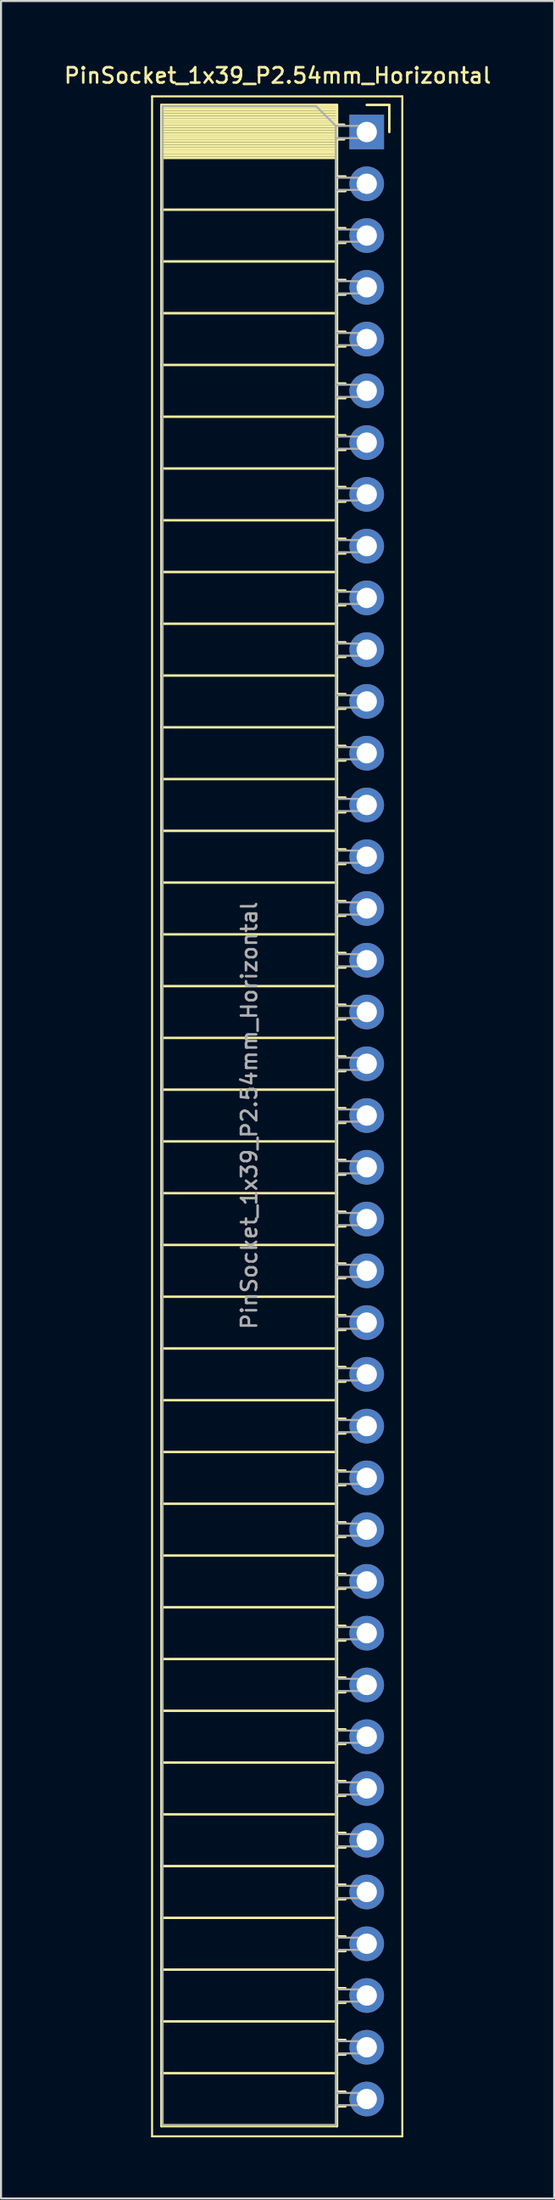
<source format=kicad_pcb>
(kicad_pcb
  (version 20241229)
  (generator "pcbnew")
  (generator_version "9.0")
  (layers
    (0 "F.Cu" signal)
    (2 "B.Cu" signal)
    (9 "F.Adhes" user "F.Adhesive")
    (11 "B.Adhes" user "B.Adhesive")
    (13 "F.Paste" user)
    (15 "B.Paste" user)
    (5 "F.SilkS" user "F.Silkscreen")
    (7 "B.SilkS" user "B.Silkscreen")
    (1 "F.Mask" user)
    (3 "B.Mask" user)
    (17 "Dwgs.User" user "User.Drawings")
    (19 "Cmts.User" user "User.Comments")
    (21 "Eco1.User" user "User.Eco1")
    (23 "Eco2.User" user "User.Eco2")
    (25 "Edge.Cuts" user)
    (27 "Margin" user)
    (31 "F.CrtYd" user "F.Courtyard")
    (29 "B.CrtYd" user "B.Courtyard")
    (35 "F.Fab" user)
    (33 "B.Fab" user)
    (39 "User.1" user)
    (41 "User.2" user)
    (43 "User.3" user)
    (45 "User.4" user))
  (footprint "PinSocket_1x39_P2.54mm_Horizontal"
    (layer "F.Cu")
    (at 14.975 3.428)
    (property "Reference" "PinSocket_1x39_P2.54mm_Horizontal" (at -4.38 -2.77 0) (layer "F.SilkS") (effects (font (size 0.75 0.75) (thickness 0.125))))
    (attr through_hole)
    (fp_line (start -10.55 -1.75) (end -10.55 98.35) (stroke (width 0.1) (type solid)) (layer "F.SilkS"))
    (fp_line (start -10.55 98.35) (end 1.75 98.35) (stroke (width 0.1) (type solid)) (layer "F.SilkS"))
    (fp_line (start -10.09 -1.33) (end -10.09 97.85) (stroke (width 0.12) (type solid)) (layer "F.SilkS"))
    (fp_line (start -10.09 -1.33) (end -1.46 -1.33) (stroke (width 0.12) (type solid)) (layer "F.SilkS"))
    (fp_line (start -10.09 -1.21) (end -1.46 -1.21) (stroke (width 0.12) (type solid)) (layer "F.SilkS"))
    (fp_line (start -10.09 -1.092) (end -1.46 -1.092) (stroke (width 0.12) (type solid)) (layer "F.SilkS"))
    (fp_line (start -10.09 -0.974) (end -1.46 -0.974) (stroke (width 0.12) (type solid)) (layer "F.SilkS"))
    (fp_line (start -10.09 -0.856) (end -1.46 -0.856) (stroke (width 0.12) (type solid)) (layer "F.SilkS"))
    (fp_line (start -10.09 -0.738) (end -1.46 -0.738) (stroke (width 0.12) (type solid)) (layer "F.SilkS"))
    (fp_line (start -10.09 -0.62) (end -1.46 -0.62) (stroke (width 0.12) (type solid)) (layer "F.SilkS"))
    (fp_line (start -10.09 -0.501) (end -1.46 -0.501) (stroke (width 0.12) (type solid)) (layer "F.SilkS"))
    (fp_line (start -10.09 -0.383) (end -1.46 -0.383) (stroke (width 0.12) (type solid)) (layer "F.SilkS"))
    (fp_line (start -10.09 -0.265) (end -1.46 -0.265) (stroke (width 0.12) (type solid)) (layer "F.SilkS"))
    (fp_line (start -10.09 -0.147) (end -1.46 -0.147) (stroke (width 0.12) (type solid)) (layer "F.SilkS"))
    (fp_line (start -10.09 -0.029) (end -1.46 -0.029) (stroke (width 0.12) (type solid)) (layer "F.SilkS"))
    (fp_line (start -10.09 0.089) (end -1.46 0.089) (stroke (width 0.12) (type solid)) (layer "F.SilkS"))
    (fp_line (start -10.09 0.207) (end -1.46 0.207) (stroke (width 0.12) (type solid)) (layer "F.SilkS"))
    (fp_line (start -10.09 0.325) (end -1.46 0.325) (stroke (width 0.12) (type solid)) (layer "F.SilkS"))
    (fp_line (start -10.09 0.443) (end -1.46 0.443) (stroke (width 0.12) (type solid)) (layer "F.SilkS"))
    (fp_line (start -10.09 0.561) (end -1.46 0.561) (stroke (width 0.12) (type solid)) (layer "F.SilkS"))
    (fp_line (start -10.09 0.68) (end -1.46 0.68) (stroke (width 0.12) (type solid)) (layer "F.SilkS"))
    (fp_line (start -10.09 0.798) (end -1.46 0.798) (stroke (width 0.12) (type solid)) (layer "F.SilkS"))
    (fp_line (start -10.09 0.916) (end -1.46 0.916) (stroke (width 0.12) (type solid)) (layer "F.SilkS"))
    (fp_line (start -10.09 1.034) (end -1.46 1.034) (stroke (width 0.12) (type solid)) (layer "F.SilkS"))
    (fp_line (start -10.09 1.152) (end -1.46 1.152) (stroke (width 0.12) (type solid)) (layer "F.SilkS"))
    (fp_line (start -10.09 1.27) (end -1.46 1.27) (stroke (width 0.12) (type solid)) (layer "F.SilkS"))
    (fp_line (start -10.09 3.81) (end -1.46 3.81) (stroke (width 0.12) (type solid)) (layer "F.SilkS"))
    (fp_line (start -10.09 6.35) (end -1.46 6.35) (stroke (width 0.12) (type solid)) (layer "F.SilkS"))
    (fp_line (start -10.09 8.89) (end -1.46 8.89) (stroke (width 0.12) (type solid)) (layer "F.SilkS"))
    (fp_line (start -10.09 11.43) (end -1.46 11.43) (stroke (width 0.12) (type solid)) (layer "F.SilkS"))
    (fp_line (start -10.09 13.97) (end -1.46 13.97) (stroke (width 0.12) (type solid)) (layer "F.SilkS"))
    (fp_line (start -10.09 16.51) (end -1.46 16.51) (stroke (width 0.12) (type solid)) (layer "F.SilkS"))
    (fp_line (start -10.09 19.05) (end -1.46 19.05) (stroke (width 0.12) (type solid)) (layer "F.SilkS"))
    (fp_line (start -10.09 21.59) (end -1.46 21.59) (stroke (width 0.12) (type solid)) (layer "F.SilkS"))
    (fp_line (start -10.09 24.13) (end -1.46 24.13) (stroke (width 0.12) (type solid)) (layer "F.SilkS"))
    (fp_line (start -10.09 26.67) (end -1.46 26.67) (stroke (width 0.12) (type solid)) (layer "F.SilkS"))
    (fp_line (start -10.09 29.21) (end -1.46 29.21) (stroke (width 0.12) (type solid)) (layer "F.SilkS"))
    (fp_line (start -10.09 31.75) (end -1.46 31.75) (stroke (width 0.12) (type solid)) (layer "F.SilkS"))
    (fp_line (start -10.09 34.29) (end -1.46 34.29) (stroke (width 0.12) (type solid)) (layer "F.SilkS"))
    (fp_line (start -10.09 36.83) (end -1.46 36.83) (stroke (width 0.12) (type solid)) (layer "F.SilkS"))
    (fp_line (start -10.09 39.37) (end -1.46 39.37) (stroke (width 0.12) (type solid)) (layer "F.SilkS"))
    (fp_line (start -10.09 41.91) (end -1.46 41.91) (stroke (width 0.12) (type solid)) (layer "F.SilkS"))
    (fp_line (start -10.09 44.45) (end -1.46 44.45) (stroke (width 0.12) (type solid)) (layer "F.SilkS"))
    (fp_line (start -10.09 46.99) (end -1.46 46.99) (stroke (width 0.12) (type solid)) (layer "F.SilkS"))
    (fp_line (start -10.09 49.53) (end -1.46 49.53) (stroke (width 0.12) (type solid)) (layer "F.SilkS"))
    (fp_line (start -10.09 52.07) (end -1.46 52.07) (stroke (width 0.12) (type solid)) (layer "F.SilkS"))
    (fp_line (start -10.09 54.61) (end -1.46 54.61) (stroke (width 0.12) (type solid)) (layer "F.SilkS"))
    (fp_line (start -10.09 57.15) (end -1.46 57.15) (stroke (width 0.12) (type solid)) (layer "F.SilkS"))
    (fp_line (start -10.09 59.69) (end -1.46 59.69) (stroke (width 0.12) (type solid)) (layer "F.SilkS"))
    (fp_line (start -10.09 62.23) (end -1.46 62.23) (stroke (width 0.12) (type solid)) (layer "F.SilkS"))
    (fp_line (start -10.09 64.77) (end -1.46 64.77) (stroke (width 0.12) (type solid)) (layer "F.SilkS"))
    (fp_line (start -10.09 67.31) (end -1.46 67.31) (stroke (width 0.12) (type solid)) (layer "F.SilkS"))
    (fp_line (start -10.09 69.85) (end -1.46 69.85) (stroke (width 0.12) (type solid)) (layer "F.SilkS"))
    (fp_line (start -10.09 72.39) (end -1.46 72.39) (stroke (width 0.12) (type solid)) (layer "F.SilkS"))
    (fp_line (start -10.09 74.93) (end -1.46 74.93) (stroke (width 0.12) (type solid)) (layer "F.SilkS"))
    (fp_line (start -10.09 77.47) (end -1.46 77.47) (stroke (width 0.12) (type solid)) (layer "F.SilkS"))
    (fp_line (start -10.09 80.01) (end -1.46 80.01) (stroke (width 0.12) (type solid)) (layer "F.SilkS"))
    (fp_line (start -10.09 82.55) (end -1.46 82.55) (stroke (width 0.12) (type solid)) (layer "F.SilkS"))
    (fp_line (start -10.09 85.09) (end -1.46 85.09) (stroke (width 0.12) (type solid)) (layer "F.SilkS"))
    (fp_line (start -10.09 87.63) (end -1.46 87.63) (stroke (width 0.12) (type solid)) (layer "F.SilkS"))
    (fp_line (start -10.09 90.17) (end -1.46 90.17) (stroke (width 0.12) (type solid)) (layer "F.SilkS"))
    (fp_line (start -10.09 92.71) (end -1.46 92.71) (stroke (width 0.12) (type solid)) (layer "F.SilkS"))
    (fp_line (start -10.09 95.25) (end -1.46 95.25) (stroke (width 0.12) (type solid)) (layer "F.SilkS"))
    (fp_line (start -10.09 97.85) (end -1.46 97.85) (stroke (width 0.12) (type solid)) (layer "F.SilkS"))
    (fp_line (start -1.46 -1.33) (end -1.46 97.85) (stroke (width 0.12) (type solid)) (layer "F.SilkS"))
    (fp_line (start -1.46 -0.36) (end -1.11 -0.36) (stroke (width 0.12) (type solid)) (layer "F.SilkS"))
    (fp_line (start -1.46 0.36) (end -1.11 0.36) (stroke (width 0.12) (type solid)) (layer "F.SilkS"))
    (fp_line (start -1.46 2.18) (end -1.05 2.18) (stroke (width 0.12) (type solid)) (layer "F.SilkS"))
    (fp_line (start -1.46 2.9) (end -1.05 2.9) (stroke (width 0.12) (type solid)) (layer "F.SilkS"))
    (fp_line (start -1.46 4.72) (end -1.05 4.72) (stroke (width 0.12) (type solid)) (layer "F.SilkS"))
    (fp_line (start -1.46 5.44) (end -1.05 5.44) (stroke (width 0.12) (type solid)) (layer "F.SilkS"))
    (fp_line (start -1.46 7.26) (end -1.05 7.26) (stroke (width 0.12) (type solid)) (layer "F.SilkS"))
    (fp_line (start -1.46 7.98) (end -1.05 7.98) (stroke (width 0.12) (type solid)) (layer "F.SilkS"))
    (fp_line (start -1.46 9.8) (end -1.05 9.8) (stroke (width 0.12) (type solid)) (layer "F.SilkS"))
    (fp_line (start -1.46 10.52) (end -1.05 10.52) (stroke (width 0.12) (type solid)) (layer "F.SilkS"))
    (fp_line (start -1.46 12.34) (end -1.05 12.34) (stroke (width 0.12) (type solid)) (layer "F.SilkS"))
    (fp_line (start -1.46 13.06) (end -1.05 13.06) (stroke (width 0.12) (type solid)) (layer "F.SilkS"))
    (fp_line (start -1.46 14.88) (end -1.05 14.88) (stroke (width 0.12) (type solid)) (layer "F.SilkS"))
    (fp_line (start -1.46 15.6) (end -1.05 15.6) (stroke (width 0.12) (type solid)) (layer "F.SilkS"))
    (fp_line (start -1.46 17.42) (end -1.05 17.42) (stroke (width 0.12) (type solid)) (layer "F.SilkS"))
    (fp_line (start -1.46 18.14) (end -1.05 18.14) (stroke (width 0.12) (type solid)) (layer "F.SilkS"))
    (fp_line (start -1.46 19.96) (end -1.05 19.96) (stroke (width 0.12) (type solid)) (layer "F.SilkS"))
    (fp_line (start -1.46 20.68) (end -1.05 20.68) (stroke (width 0.12) (type solid)) (layer "F.SilkS"))
    (fp_line (start -1.46 22.5) (end -1.05 22.5) (stroke (width 0.12) (type solid)) (layer "F.SilkS"))
    (fp_line (start -1.46 23.22) (end -1.05 23.22) (stroke (width 0.12) (type solid)) (layer "F.SilkS"))
    (fp_line (start -1.46 25.04) (end -1.05 25.04) (stroke (width 0.12) (type solid)) (layer "F.SilkS"))
    (fp_line (start -1.46 25.76) (end -1.05 25.76) (stroke (width 0.12) (type solid)) (layer "F.SilkS"))
    (fp_line (start -1.46 27.58) (end -1.05 27.58) (stroke (width 0.12) (type solid)) (layer "F.SilkS"))
    (fp_line (start -1.46 28.3) (end -1.05 28.3) (stroke (width 0.12) (type solid)) (layer "F.SilkS"))
    (fp_line (start -1.46 30.12) (end -1.05 30.12) (stroke (width 0.12) (type solid)) (layer "F.SilkS"))
    (fp_line (start -1.46 30.84) (end -1.05 30.84) (stroke (width 0.12) (type solid)) (layer "F.SilkS"))
    (fp_line (start -1.46 32.66) (end -1.05 32.66) (stroke (width 0.12) (type solid)) (layer "F.SilkS"))
    (fp_line (start -1.46 33.38) (end -1.05 33.38) (stroke (width 0.12) (type solid)) (layer "F.SilkS"))
    (fp_line (start -1.46 35.2) (end -1.05 35.2) (stroke (width 0.12) (type solid)) (layer "F.SilkS"))
    (fp_line (start -1.46 35.92) (end -1.05 35.92) (stroke (width 0.12) (type solid)) (layer "F.SilkS"))
    (fp_line (start -1.46 37.74) (end -1.05 37.74) (stroke (width 0.12) (type solid)) (layer "F.SilkS"))
    (fp_line (start -1.46 38.46) (end -1.05 38.46) (stroke (width 0.12) (type solid)) (layer "F.SilkS"))
    (fp_line (start -1.46 40.28) (end -1.05 40.28) (stroke (width 0.12) (type solid)) (layer "F.SilkS"))
    (fp_line (start -1.46 41) (end -1.05 41) (stroke (width 0.12) (type solid)) (layer "F.SilkS"))
    (fp_line (start -1.46 42.82) (end -1.05 42.82) (stroke (width 0.12) (type solid)) (layer "F.SilkS"))
    (fp_line (start -1.46 43.54) (end -1.05 43.54) (stroke (width 0.12) (type solid)) (layer "F.SilkS"))
    (fp_line (start -1.46 45.36) (end -1.05 45.36) (stroke (width 0.12) (type solid)) (layer "F.SilkS"))
    (fp_line (start -1.46 46.08) (end -1.05 46.08) (stroke (width 0.12) (type solid)) (layer "F.SilkS"))
    (fp_line (start -1.46 47.9) (end -1.05 47.9) (stroke (width 0.12) (type solid)) (layer "F.SilkS"))
    (fp_line (start -1.46 48.62) (end -1.05 48.62) (stroke (width 0.12) (type solid)) (layer "F.SilkS"))
    (fp_line (start -1.46 50.44) (end -1.05 50.44) (stroke (width 0.12) (type solid)) (layer "F.SilkS"))
    (fp_line (start -1.46 51.16) (end -1.05 51.16) (stroke (width 0.12) (type solid)) (layer "F.SilkS"))
    (fp_line (start -1.46 52.98) (end -1.05 52.98) (stroke (width 0.12) (type solid)) (layer "F.SilkS"))
    (fp_line (start -1.46 53.7) (end -1.05 53.7) (stroke (width 0.12) (type solid)) (layer "F.SilkS"))
    (fp_line (start -1.46 55.52) (end -1.05 55.52) (stroke (width 0.12) (type solid)) (layer "F.SilkS"))
    (fp_line (start -1.46 56.24) (end -1.05 56.24) (stroke (width 0.12) (type solid)) (layer "F.SilkS"))
    (fp_line (start -1.46 58.06) (end -1.05 58.06) (stroke (width 0.12) (type solid)) (layer "F.SilkS"))
    (fp_line (start -1.46 58.78) (end -1.05 58.78) (stroke (width 0.12) (type solid)) (layer "F.SilkS"))
    (fp_line (start -1.46 60.6) (end -1.05 60.6) (stroke (width 0.12) (type solid)) (layer "F.SilkS"))
    (fp_line (start -1.46 61.32) (end -1.05 61.32) (stroke (width 0.12) (type solid)) (layer "F.SilkS"))
    (fp_line (start -1.46 63.14) (end -1.05 63.14) (stroke (width 0.12) (type solid)) (layer "F.SilkS"))
    (fp_line (start -1.46 63.86) (end -1.05 63.86) (stroke (width 0.12) (type solid)) (layer "F.SilkS"))
    (fp_line (start -1.46 65.68) (end -1.05 65.68) (stroke (width 0.12) (type solid)) (layer "F.SilkS"))
    (fp_line (start -1.46 66.4) (end -1.05 66.4) (stroke (width 0.12) (type solid)) (layer "F.SilkS"))
    (fp_line (start -1.46 68.22) (end -1.05 68.22) (stroke (width 0.12) (type solid)) (layer "F.SilkS"))
    (fp_line (start -1.46 68.94) (end -1.05 68.94) (stroke (width 0.12) (type solid)) (layer "F.SilkS"))
    (fp_line (start -1.46 70.76) (end -1.05 70.76) (stroke (width 0.12) (type solid)) (layer "F.SilkS"))
    (fp_line (start -1.46 71.48) (end -1.05 71.48) (stroke (width 0.12) (type solid)) (layer "F.SilkS"))
    (fp_line (start -1.46 73.3) (end -1.05 73.3) (stroke (width 0.12) (type solid)) (layer "F.SilkS"))
    (fp_line (start -1.46 74.02) (end -1.05 74.02) (stroke (width 0.12) (type solid)) (layer "F.SilkS"))
    (fp_line (start -1.46 75.84) (end -1.05 75.84) (stroke (width 0.12) (type solid)) (layer "F.SilkS"))
    (fp_line (start -1.46 76.56) (end -1.05 76.56) (stroke (width 0.12) (type solid)) (layer "F.SilkS"))
    (fp_line (start -1.46 78.38) (end -1.05 78.38) (stroke (width 0.12) (type solid)) (layer "F.SilkS"))
    (fp_line (start -1.46 79.1) (end -1.05 79.1) (stroke (width 0.12) (type solid)) (layer "F.SilkS"))
    (fp_line (start -1.46 80.92) (end -1.05 80.92) (stroke (width 0.12) (type solid)) (layer "F.SilkS"))
    (fp_line (start -1.46 81.64) (end -1.05 81.64) (stroke (width 0.12) (type solid)) (layer "F.SilkS"))
    (fp_line (start -1.46 83.46) (end -1.05 83.46) (stroke (width 0.12) (type solid)) (layer "F.SilkS"))
    (fp_line (start -1.46 84.18) (end -1.05 84.18) (stroke (width 0.12) (type solid)) (layer "F.SilkS"))
    (fp_line (start -1.46 86) (end -1.05 86) (stroke (width 0.12) (type solid)) (layer "F.SilkS"))
    (fp_line (start -1.46 86.72) (end -1.05 86.72) (stroke (width 0.12) (type solid)) (layer "F.SilkS"))
    (fp_line (start -1.46 88.54) (end -1.05 88.54) (stroke (width 0.12) (type solid)) (layer "F.SilkS"))
    (fp_line (start -1.46 89.26) (end -1.05 89.26) (stroke (width 0.12) (type solid)) (layer "F.SilkS"))
    (fp_line (start -1.46 91.08) (end -1.05 91.08) (stroke (width 0.12) (type solid)) (layer "F.SilkS"))
    (fp_line (start -1.46 91.8) (end -1.05 91.8) (stroke (width 0.12) (type solid)) (layer "F.SilkS"))
    (fp_line (start -1.46 93.62) (end -1.05 93.62) (stroke (width 0.12) (type solid)) (layer "F.SilkS"))
    (fp_line (start -1.46 94.34) (end -1.05 94.34) (stroke (width 0.12) (type solid)) (layer "F.SilkS"))
    (fp_line (start -1.46 96.16) (end -1.05 96.16) (stroke (width 0.12) (type solid)) (layer "F.SilkS"))
    (fp_line (start -1.46 96.88) (end -1.05 96.88) (stroke (width 0.12) (type solid)) (layer "F.SilkS"))
    (fp_line (start 0 -1.33) (end 1.11 -1.33) (stroke (width 0.12) (type solid)) (layer "F.SilkS"))
    (fp_line (start 1.11 -1.33) (end 1.11 0) (stroke (width 0.12) (type solid)) (layer "F.SilkS"))
    (fp_line (start 1.75 -1.75) (end -10.55 -1.75) (stroke (width 0.1) (type solid)) (layer "F.SilkS"))
    (fp_line (start 1.75 98.35) (end 1.75 -1.75) (stroke (width 0.1) (type solid)) (layer "F.SilkS"))
    (fp_line (start -10.03 -1.27) (end -2.49 -1.27) (stroke (width 0.1) (type solid)) (layer "F.Fab"))
    (fp_line (start -10.03 97.79) (end -10.03 -1.27) (stroke (width 0.1) (type solid)) (layer "F.Fab"))
    (fp_line (start -2.49 -1.27) (end -1.52 -0.3) (stroke (width 0.1) (type solid)) (layer "F.Fab"))
    (fp_line (start -1.52 -0.3) (end -1.52 97.79) (stroke (width 0.1) (type solid)) (layer "F.Fab"))
    (fp_line (start -1.52 0.3) (end 0 0.3) (stroke (width 0.1) (type solid)) (layer "F.Fab"))
    (fp_line (start -1.52 2.84) (end 0 2.84) (stroke (width 0.1) (type solid)) (layer "F.Fab"))
    (fp_line (start -1.52 5.38) (end 0 5.38) (stroke (width 0.1) (type solid)) (layer "F.Fab"))
    (fp_line (start -1.52 7.92) (end 0 7.92) (stroke (width 0.1) (type solid)) (layer "F.Fab"))
    (fp_line (start -1.52 10.46) (end 0 10.46) (stroke (width 0.1) (type solid)) (layer "F.Fab"))
    (fp_line (start -1.52 13) (end 0 13) (stroke (width 0.1) (type solid)) (layer "F.Fab"))
    (fp_line (start -1.52 15.54) (end 0 15.54) (stroke (width 0.1) (type solid)) (layer "F.Fab"))
    (fp_line (start -1.52 18.08) (end 0 18.08) (stroke (width 0.1) (type solid)) (layer "F.Fab"))
    (fp_line (start -1.52 20.62) (end 0 20.62) (stroke (width 0.1) (type solid)) (layer "F.Fab"))
    (fp_line (start -1.52 23.16) (end 0 23.16) (stroke (width 0.1) (type solid)) (layer "F.Fab"))
    (fp_line (start -1.52 25.7) (end 0 25.7) (stroke (width 0.1) (type solid)) (layer "F.Fab"))
    (fp_line (start -1.52 28.24) (end 0 28.24) (stroke (width 0.1) (type solid)) (layer "F.Fab"))
    (fp_line (start -1.52 30.78) (end 0 30.78) (stroke (width 0.1) (type solid)) (layer "F.Fab"))
    (fp_line (start -1.52 33.32) (end 0 33.32) (stroke (width 0.1) (type solid)) (layer "F.Fab"))
    (fp_line (start -1.52 35.86) (end 0 35.86) (stroke (width 0.1) (type solid)) (layer "F.Fab"))
    (fp_line (start -1.52 38.4) (end 0 38.4) (stroke (width 0.1) (type solid)) (layer "F.Fab"))
    (fp_line (start -1.52 40.94) (end 0 40.94) (stroke (width 0.1) (type solid)) (layer "F.Fab"))
    (fp_line (start -1.52 43.48) (end 0 43.48) (stroke (width 0.1) (type solid)) (layer "F.Fab"))
    (fp_line (start -1.52 46.02) (end 0 46.02) (stroke (width 0.1) (type solid)) (layer "F.Fab"))
    (fp_line (start -1.52 48.56) (end 0 48.56) (stroke (width 0.1) (type solid)) (layer "F.Fab"))
    (fp_line (start -1.52 51.1) (end 0 51.1) (stroke (width 0.1) (type solid)) (layer "F.Fab"))
    (fp_line (start -1.52 53.64) (end 0 53.64) (stroke (width 0.1) (type solid)) (layer "F.Fab"))
    (fp_line (start -1.52 56.18) (end 0 56.18) (stroke (width 0.1) (type solid)) (layer "F.Fab"))
    (fp_line (start -1.52 58.72) (end 0 58.72) (stroke (width 0.1) (type solid)) (layer "F.Fab"))
    (fp_line (start -1.52 61.26) (end 0 61.26) (stroke (width 0.1) (type solid)) (layer "F.Fab"))
    (fp_line (start -1.52 63.8) (end 0 63.8) (stroke (width 0.1) (type solid)) (layer "F.Fab"))
    (fp_line (start -1.52 66.34) (end 0 66.34) (stroke (width 0.1) (type solid)) (layer "F.Fab"))
    (fp_line (start -1.52 68.88) (end 0 68.88) (stroke (width 0.1) (type solid)) (layer "F.Fab"))
    (fp_line (start -1.52 71.42) (end 0 71.42) (stroke (width 0.1) (type solid)) (layer "F.Fab"))
    (fp_line (start -1.52 73.96) (end 0 73.96) (stroke (width 0.1) (type solid)) (layer "F.Fab"))
    (fp_line (start -1.52 76.5) (end 0 76.5) (stroke (width 0.1) (type solid)) (layer "F.Fab"))
    (fp_line (start -1.52 79.04) (end 0 79.04) (stroke (width 0.1) (type solid)) (layer "F.Fab"))
    (fp_line (start -1.52 81.58) (end 0 81.58) (stroke (width 0.1) (type solid)) (layer "F.Fab"))
    (fp_line (start -1.52 84.12) (end 0 84.12) (stroke (width 0.1) (type solid)) (layer "F.Fab"))
    (fp_line (start -1.52 86.66) (end 0 86.66) (stroke (width 0.1) (type solid)) (layer "F.Fab"))
    (fp_line (start -1.52 89.2) (end 0 89.2) (stroke (width 0.1) (type solid)) (layer "F.Fab"))
    (fp_line (start -1.52 91.74) (end 0 91.74) (stroke (width 0.1) (type solid)) (layer "F.Fab"))
    (fp_line (start -1.52 94.28) (end 0 94.28) (stroke (width 0.1) (type solid)) (layer "F.Fab"))
    (fp_line (start -1.52 96.82) (end 0 96.82) (stroke (width 0.1) (type solid)) (layer "F.Fab"))
    (fp_line (start -1.52 97.79) (end -10.03 97.79) (stroke (width 0.1) (type solid)) (layer "F.Fab"))
    (fp_line (start 0 -0.3) (end -1.52 -0.3) (stroke (width 0.1) (type solid)) (layer "F.Fab"))
    (fp_line (start 0 0.3) (end 0 -0.3) (stroke (width 0.1) (type solid)) (layer "F.Fab"))
    (fp_line (start 0 2.24) (end -1.52 2.24) (stroke (width 0.1) (type solid)) (layer "F.Fab"))
    (fp_line (start 0 2.84) (end 0 2.24) (stroke (width 0.1) (type solid)) (layer "F.Fab"))
    (fp_line (start 0 4.78) (end -1.52 4.78) (stroke (width 0.1) (type solid)) (layer "F.Fab"))
    (fp_line (start 0 5.38) (end 0 4.78) (stroke (width 0.1) (type solid)) (layer "F.Fab"))
    (fp_line (start 0 7.32) (end -1.52 7.32) (stroke (width 0.1) (type solid)) (layer "F.Fab"))
    (fp_line (start 0 7.92) (end 0 7.32) (stroke (width 0.1) (type solid)) (layer "F.Fab"))
    (fp_line (start 0 9.86) (end -1.52 9.86) (stroke (width 0.1) (type solid)) (layer "F.Fab"))
    (fp_line (start 0 10.46) (end 0 9.86) (stroke (width 0.1) (type solid)) (layer "F.Fab"))
    (fp_line (start 0 12.4) (end -1.52 12.4) (stroke (width 0.1) (type solid)) (layer "F.Fab"))
    (fp_line (start 0 13) (end 0 12.4) (stroke (width 0.1) (type solid)) (layer "F.Fab"))
    (fp_line (start 0 14.94) (end -1.52 14.94) (stroke (width 0.1) (type solid)) (layer "F.Fab"))
    (fp_line (start 0 15.54) (end 0 14.94) (stroke (width 0.1) (type solid)) (layer "F.Fab"))
    (fp_line (start 0 17.48) (end -1.52 17.48) (stroke (width 0.1) (type solid)) (layer "F.Fab"))
    (fp_line (start 0 18.08) (end 0 17.48) (stroke (width 0.1) (type solid)) (layer "F.Fab"))
    (fp_line (start 0 20.02) (end -1.52 20.02) (stroke (width 0.1) (type solid)) (layer "F.Fab"))
    (fp_line (start 0 20.62) (end 0 20.02) (stroke (width 0.1) (type solid)) (layer "F.Fab"))
    (fp_line (start 0 22.56) (end -1.52 22.56) (stroke (width 0.1) (type solid)) (layer "F.Fab"))
    (fp_line (start 0 23.16) (end 0 22.56) (stroke (width 0.1) (type solid)) (layer "F.Fab"))
    (fp_line (start 0 25.1) (end -1.52 25.1) (stroke (width 0.1) (type solid)) (layer "F.Fab"))
    (fp_line (start 0 25.7) (end 0 25.1) (stroke (width 0.1) (type solid)) (layer "F.Fab"))
    (fp_line (start 0 27.64) (end -1.52 27.64) (stroke (width 0.1) (type solid)) (layer "F.Fab"))
    (fp_line (start 0 28.24) (end 0 27.64) (stroke (width 0.1) (type solid)) (layer "F.Fab"))
    (fp_line (start 0 30.18) (end -1.52 30.18) (stroke (width 0.1) (type solid)) (layer "F.Fab"))
    (fp_line (start 0 30.78) (end 0 30.18) (stroke (width 0.1) (type solid)) (layer "F.Fab"))
    (fp_line (start 0 32.72) (end -1.52 32.72) (stroke (width 0.1) (type solid)) (layer "F.Fab"))
    (fp_line (start 0 33.32) (end 0 32.72) (stroke (width 0.1) (type solid)) (layer "F.Fab"))
    (fp_line (start 0 35.26) (end -1.52 35.26) (stroke (width 0.1) (type solid)) (layer "F.Fab"))
    (fp_line (start 0 35.86) (end 0 35.26) (stroke (width 0.1) (type solid)) (layer "F.Fab"))
    (fp_line (start 0 37.8) (end -1.52 37.8) (stroke (width 0.1) (type solid)) (layer "F.Fab"))
    (fp_line (start 0 38.4) (end 0 37.8) (stroke (width 0.1) (type solid)) (layer "F.Fab"))
    (fp_line (start 0 40.34) (end -1.52 40.34) (stroke (width 0.1) (type solid)) (layer "F.Fab"))
    (fp_line (start 0 40.94) (end 0 40.34) (stroke (width 0.1) (type solid)) (layer "F.Fab"))
    (fp_line (start 0 42.88) (end -1.52 42.88) (stroke (width 0.1) (type solid)) (layer "F.Fab"))
    (fp_line (start 0 43.48) (end 0 42.88) (stroke (width 0.1) (type solid)) (layer "F.Fab"))
    (fp_line (start 0 45.42) (end -1.52 45.42) (stroke (width 0.1) (type solid)) (layer "F.Fab"))
    (fp_line (start 0 46.02) (end 0 45.42) (stroke (width 0.1) (type solid)) (layer "F.Fab"))
    (fp_line (start 0 47.96) (end -1.52 47.96) (stroke (width 0.1) (type solid)) (layer "F.Fab"))
    (fp_line (start 0 48.56) (end 0 47.96) (stroke (width 0.1) (type solid)) (layer "F.Fab"))
    (fp_line (start 0 50.5) (end -1.52 50.5) (stroke (width 0.1) (type solid)) (layer "F.Fab"))
    (fp_line (start 0 51.1) (end 0 50.5) (stroke (width 0.1) (type solid)) (layer "F.Fab"))
    (fp_line (start 0 53.04) (end -1.52 53.04) (stroke (width 0.1) (type solid)) (layer "F.Fab"))
    (fp_line (start 0 53.64) (end 0 53.04) (stroke (width 0.1) (type solid)) (layer "F.Fab"))
    (fp_line (start 0 55.58) (end -1.52 55.58) (stroke (width 0.1) (type solid)) (layer "F.Fab"))
    (fp_line (start 0 56.18) (end 0 55.58) (stroke (width 0.1) (type solid)) (layer "F.Fab"))
    (fp_line (start 0 58.12) (end -1.52 58.12) (stroke (width 0.1) (type solid)) (layer "F.Fab"))
    (fp_line (start 0 58.72) (end 0 58.12) (stroke (width 0.1) (type solid)) (layer "F.Fab"))
    (fp_line (start 0 60.66) (end -1.52 60.66) (stroke (width 0.1) (type solid)) (layer "F.Fab"))
    (fp_line (start 0 61.26) (end 0 60.66) (stroke (width 0.1) (type solid)) (layer "F.Fab"))
    (fp_line (start 0 63.2) (end -1.52 63.2) (stroke (width 0.1) (type solid)) (layer "F.Fab"))
    (fp_line (start 0 63.8) (end 0 63.2) (stroke (width 0.1) (type solid)) (layer "F.Fab"))
    (fp_line (start 0 65.74) (end -1.52 65.74) (stroke (width 0.1) (type solid)) (layer "F.Fab"))
    (fp_line (start 0 66.34) (end 0 65.74) (stroke (width 0.1) (type solid)) (layer "F.Fab"))
    (fp_line (start 0 68.28) (end -1.52 68.28) (stroke (width 0.1) (type solid)) (layer "F.Fab"))
    (fp_line (start 0 68.88) (end 0 68.28) (stroke (width 0.1) (type solid)) (layer "F.Fab"))
    (fp_line (start 0 70.82) (end -1.52 70.82) (stroke (width 0.1) (type solid)) (layer "F.Fab"))
    (fp_line (start 0 71.42) (end 0 70.82) (stroke (width 0.1) (type solid)) (layer "F.Fab"))
    (fp_line (start 0 73.36) (end -1.52 73.36) (stroke (width 0.1) (type solid)) (layer "F.Fab"))
    (fp_line (start 0 73.96) (end 0 73.36) (stroke (width 0.1) (type solid)) (layer "F.Fab"))
    (fp_line (start 0 75.9) (end -1.52 75.9) (stroke (width 0.1) (type solid)) (layer "F.Fab"))
    (fp_line (start 0 76.5) (end 0 75.9) (stroke (width 0.1) (type solid)) (layer "F.Fab"))
    (fp_line (start 0 78.44) (end -1.52 78.44) (stroke (width 0.1) (type solid)) (layer "F.Fab"))
    (fp_line (start 0 79.04) (end 0 78.44) (stroke (width 0.1) (type solid)) (layer "F.Fab"))
    (fp_line (start 0 80.98) (end -1.52 80.98) (stroke (width 0.1) (type solid)) (layer "F.Fab"))
    (fp_line (start 0 81.58) (end 0 80.98) (stroke (width 0.1) (type solid)) (layer "F.Fab"))
    (fp_line (start 0 83.52) (end -1.52 83.52) (stroke (width 0.1) (type solid)) (layer "F.Fab"))
    (fp_line (start 0 84.12) (end 0 83.52) (stroke (width 0.1) (type solid)) (layer "F.Fab"))
    (fp_line (start 0 86.06) (end -1.52 86.06) (stroke (width 0.1) (type solid)) (layer "F.Fab"))
    (fp_line (start 0 86.66) (end 0 86.06) (stroke (width 0.1) (type solid)) (layer "F.Fab"))
    (fp_line (start 0 88.6) (end -1.52 88.6) (stroke (width 0.1) (type solid)) (layer "F.Fab"))
    (fp_line (start 0 89.2) (end 0 88.6) (stroke (width 0.1) (type solid)) (layer "F.Fab"))
    (fp_line (start 0 91.14) (end -1.52 91.14) (stroke (width 0.1) (type solid)) (layer "F.Fab"))
    (fp_line (start 0 91.74) (end 0 91.14) (stroke (width 0.1) (type solid)) (layer "F.Fab"))
    (fp_line (start 0 93.68) (end -1.52 93.68) (stroke (width 0.1) (type solid)) (layer "F.Fab"))
    (fp_line (start 0 94.28) (end 0 93.68) (stroke (width 0.1) (type solid)) (layer "F.Fab"))
    (fp_line (start 0 96.22) (end -1.52 96.22) (stroke (width 0.1) (type solid)) (layer "F.Fab"))
    (fp_line (start 0 96.82) (end 0 96.22) (stroke (width 0.1) (type solid)) (layer "F.Fab"))
    (fp_text user "${REFERENCE}" (at -5.775 48.26 90) (layer "F.Fab") (effects (font (size 0.75 0.75) (thickness 0.125))))
    (pad "1" thru_hole rect (at 0 0) (size 1.7 1.7) (drill 1) (layers "*.Cu" "*.Mask"))
    (pad "2" thru_hole oval (at 0 2.54) (size 1.7 1.7) (drill 1) (layers "*.Cu" "*.Mask"))
    (pad "3" thru_hole oval (at 0 5.08) (size 1.7 1.7) (drill 1) (layers "*.Cu" "*.Mask"))
    (pad "4" thru_hole oval (at 0 7.62) (size 1.7 1.7) (drill 1) (layers "*.Cu" "*.Mask"))
    (pad "5" thru_hole oval (at 0 10.16) (size 1.7 1.7) (drill 1) (layers "*.Cu" "*.Mask"))
    (pad "6" thru_hole oval (at 0 12.7) (size 1.7 1.7) (drill 1) (layers "*.Cu" "*.Mask"))
    (pad "7" thru_hole oval (at 0 15.24) (size 1.7 1.7) (drill 1) (layers "*.Cu" "*.Mask"))
    (pad "8" thru_hole oval (at 0 17.78) (size 1.7 1.7) (drill 1) (layers "*.Cu" "*.Mask"))
    (pad "9" thru_hole oval (at 0 20.32) (size 1.7 1.7) (drill 1) (layers "*.Cu" "*.Mask"))
    (pad "10" thru_hole oval (at 0 22.86) (size 1.7 1.7) (drill 1) (layers "*.Cu" "*.Mask"))
    (pad "11" thru_hole oval (at 0 25.4) (size 1.7 1.7) (drill 1) (layers "*.Cu" "*.Mask"))
    (pad "12" thru_hole oval (at 0 27.94) (size 1.7 1.7) (drill 1) (layers "*.Cu" "*.Mask"))
    (pad "13" thru_hole oval (at 0 30.48) (size 1.7 1.7) (drill 1) (layers "*.Cu" "*.Mask"))
    (pad "14" thru_hole oval (at 0 33.02) (size 1.7 1.7) (drill 1) (layers "*.Cu" "*.Mask"))
    (pad "15" thru_hole oval (at 0 35.56) (size 1.7 1.7) (drill 1) (layers "*.Cu" "*.Mask"))
    (pad "16" thru_hole oval (at 0 38.1) (size 1.7 1.7) (drill 1) (layers "*.Cu" "*.Mask"))
    (pad "17" thru_hole oval (at 0 40.64) (size 1.7 1.7) (drill 1) (layers "*.Cu" "*.Mask"))
    (pad "18" thru_hole oval (at 0 43.18) (size 1.7 1.7) (drill 1) (layers "*.Cu" "*.Mask"))
    (pad "19" thru_hole oval (at 0 45.72) (size 1.7 1.7) (drill 1) (layers "*.Cu" "*.Mask"))
    (pad "20" thru_hole oval (at 0 48.26) (size 1.7 1.7) (drill 1) (layers "*.Cu" "*.Mask"))
    (pad "21" thru_hole oval (at 0 50.8) (size 1.7 1.7) (drill 1) (layers "*.Cu" "*.Mask"))
    (pad "22" thru_hole oval (at 0 53.34) (size 1.7 1.7) (drill 1) (layers "*.Cu" "*.Mask"))
    (pad "23" thru_hole oval (at 0 55.88) (size 1.7 1.7) (drill 1) (layers "*.Cu" "*.Mask"))
    (pad "24" thru_hole oval (at 0 58.42) (size 1.7 1.7) (drill 1) (layers "*.Cu" "*.Mask"))
    (pad "25" thru_hole oval (at 0 60.96) (size 1.7 1.7) (drill 1) (layers "*.Cu" "*.Mask"))
    (pad "26" thru_hole oval (at 0 63.5) (size 1.7 1.7) (drill 1) (layers "*.Cu" "*.Mask"))
    (pad "27" thru_hole oval (at 0 66.04) (size 1.7 1.7) (drill 1) (layers "*.Cu" "*.Mask"))
    (pad "28" thru_hole oval (at 0 68.58) (size 1.7 1.7) (drill 1) (layers "*.Cu" "*.Mask"))
    (pad "29" thru_hole oval (at 0 71.12) (size 1.7 1.7) (drill 1) (layers "*.Cu" "*.Mask"))
    (pad "30" thru_hole oval (at 0 73.66) (size 1.7 1.7) (drill 1) (layers "*.Cu" "*.Mask"))
    (pad "31" thru_hole oval (at 0 76.2) (size 1.7 1.7) (drill 1) (layers "*.Cu" "*.Mask"))
    (pad "32" thru_hole oval (at 0 78.74) (size 1.7 1.7) (drill 1) (layers "*.Cu" "*.Mask"))
    (pad "33" thru_hole oval (at 0 81.28) (size 1.7 1.7) (drill 1) (layers "*.Cu" "*.Mask"))
    (pad "34" thru_hole oval (at 0 83.82) (size 1.7 1.7) (drill 1) (layers "*.Cu" "*.Mask"))
    (pad "35" thru_hole oval (at 0 86.36) (size 1.7 1.7) (drill 1) (layers "*.Cu" "*.Mask"))
    (pad "36" thru_hole oval (at 0 88.9) (size 1.7 1.7) (drill 1) (layers "*.Cu" "*.Mask"))
    (pad "37" thru_hole oval (at 0 91.44) (size 1.7 1.7) (drill 1) (layers "*.Cu" "*.Mask"))
    (pad "38" thru_hole oval (at 0 93.98) (size 1.7 1.7) (drill 1) (layers "*.Cu" "*.Mask"))
    (pad "39" thru_hole oval (at 0 96.52) (size 1.7 1.7) (drill 1) (layers "*.Cu" "*.Mask")))
  (gr_rect
    (start -3 -3)
    (end 24.189 104.828)
    (stroke (width 0.1) (type default))
    (fill no)
    (layer "Edge.Cuts")))
</source>
